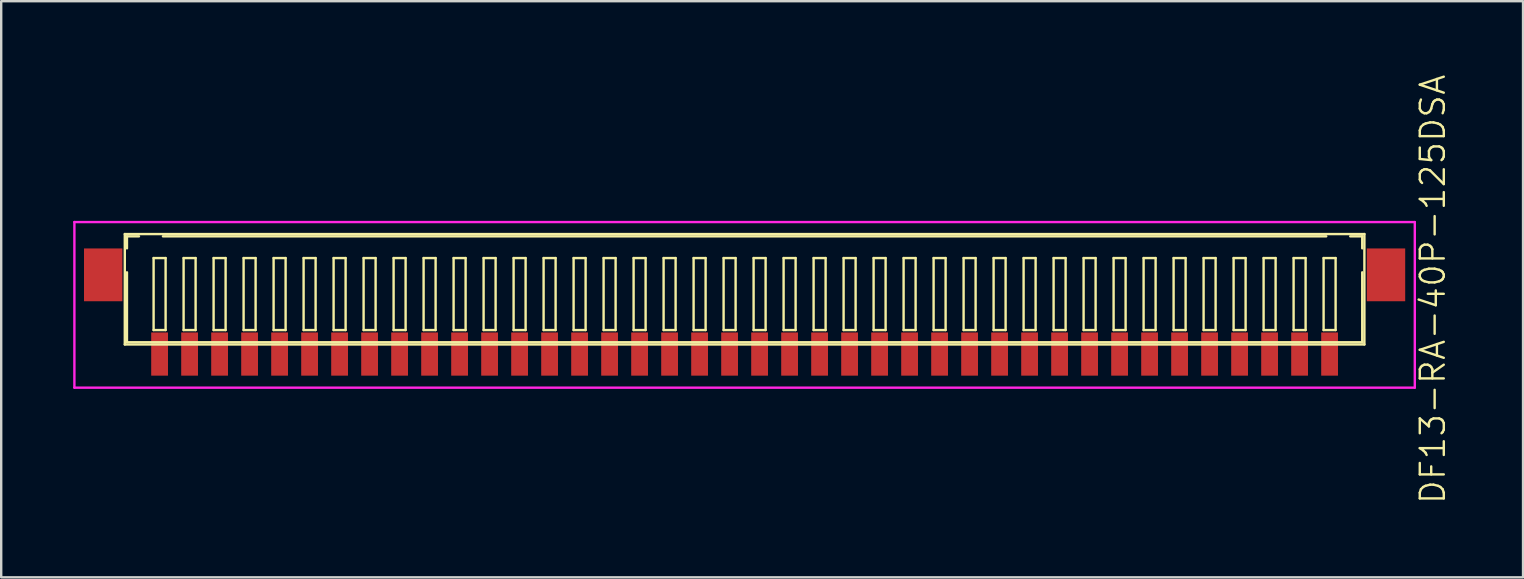
<source format=kicad_pcb>
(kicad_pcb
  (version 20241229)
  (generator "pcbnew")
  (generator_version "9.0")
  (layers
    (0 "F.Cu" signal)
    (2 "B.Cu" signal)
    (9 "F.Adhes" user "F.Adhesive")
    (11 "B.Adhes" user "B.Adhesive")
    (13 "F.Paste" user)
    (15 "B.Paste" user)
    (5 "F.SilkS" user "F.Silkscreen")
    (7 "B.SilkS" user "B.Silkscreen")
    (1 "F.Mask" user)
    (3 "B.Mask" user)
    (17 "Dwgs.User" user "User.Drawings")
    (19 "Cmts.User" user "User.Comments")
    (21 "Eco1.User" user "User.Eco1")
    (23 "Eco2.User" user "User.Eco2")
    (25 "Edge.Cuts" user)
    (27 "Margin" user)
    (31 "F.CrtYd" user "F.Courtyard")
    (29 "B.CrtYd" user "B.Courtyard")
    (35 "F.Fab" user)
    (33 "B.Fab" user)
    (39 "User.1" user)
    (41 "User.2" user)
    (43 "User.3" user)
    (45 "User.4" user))
  (footprint "DF13-RA-40P-125DSA"
    (layer "F.Cu")
    (at 27.975 11.702)
    (property "Reference" "DF13-RA-40P-125DSA" (at 28.675 -2.7 90) (layer "F.SilkS") (effects (font (size 1 1) (thickness 0.1))))
    (attr through_hole)
    (fp_line (start -25.825 -5) (end -25.825 -0.4) (stroke (width 0.1) (type solid)) (layer "F.SilkS"))
    (fp_line (start -25.825 -5) (end 25.825 -5) (stroke (width 0.1) (type solid)) (layer "F.SilkS"))
    (fp_line (start -25.825 -0.4) (end 25.825 -0.4) (stroke (width 0.1) (type solid)) (layer "F.SilkS"))
    (fp_line (start -25.735 -4.905) (end -25.735 -4.405) (stroke (width 0.1) (type solid)) (layer "F.SilkS"))
    (fp_line (start -25.735 -4.905) (end -25.235 -4.905) (stroke (width 0.1) (type solid)) (layer "F.SilkS"))
    (fp_line (start -25.735 -3.405) (end -25.735 -0.49) (stroke (width 0.1) (type solid)) (layer "F.SilkS"))
    (fp_line (start -25.735 -0.49) (end 25.735 -0.49) (stroke (width 0.1) (type solid)) (layer "F.SilkS"))
    (fp_line (start -24.625 -4) (end -24.625 -1) (stroke (width 0.1) (type solid)) (layer "F.SilkS"))
    (fp_line (start -24.625 -1) (end -24.125 -1) (stroke (width 0.1) (type solid)) (layer "F.SilkS"))
    (fp_line (start -24.235 -4.905) (end 24.235 -4.905) (stroke (width 0.1) (type solid)) (layer "F.SilkS"))
    (fp_line (start -24.125 -4) (end -24.625 -4) (stroke (width 0.1) (type solid)) (layer "F.SilkS"))
    (fp_line (start -24.125 -1) (end -24.125 -4) (stroke (width 0.1) (type solid)) (layer "F.SilkS"))
    (fp_line (start -23.375 -4) (end -23.375 -1) (stroke (width 0.1) (type solid)) (layer "F.SilkS"))
    (fp_line (start -23.375 -1) (end -22.875 -1) (stroke (width 0.1) (type solid)) (layer "F.SilkS"))
    (fp_line (start -22.875 -4) (end -23.375 -4) (stroke (width 0.1) (type solid)) (layer "F.SilkS"))
    (fp_line (start -22.875 -1) (end -22.875 -4) (stroke (width 0.1) (type solid)) (layer "F.SilkS"))
    (fp_line (start -22.125 -4) (end -22.125 -1) (stroke (width 0.1) (type solid)) (layer "F.SilkS"))
    (fp_line (start -22.125 -1) (end -21.625 -1) (stroke (width 0.1) (type solid)) (layer "F.SilkS"))
    (fp_line (start -21.625 -4) (end -22.125 -4) (stroke (width 0.1) (type solid)) (layer "F.SilkS"))
    (fp_line (start -21.625 -1) (end -21.625 -4) (stroke (width 0.1) (type solid)) (layer "F.SilkS"))
    (fp_line (start -20.875 -4) (end -20.875 -1) (stroke (width 0.1) (type solid)) (layer "F.SilkS"))
    (fp_line (start -20.875 -1) (end -20.375 -1) (stroke (width 0.1) (type solid)) (layer "F.SilkS"))
    (fp_line (start -20.375 -4) (end -20.875 -4) (stroke (width 0.1) (type solid)) (layer "F.SilkS"))
    (fp_line (start -20.375 -1) (end -20.375 -4) (stroke (width 0.1) (type solid)) (layer "F.SilkS"))
    (fp_line (start -19.625 -4) (end -19.625 -1) (stroke (width 0.1) (type solid)) (layer "F.SilkS"))
    (fp_line (start -19.625 -1) (end -19.125 -1) (stroke (width 0.1) (type solid)) (layer "F.SilkS"))
    (fp_line (start -19.125 -4) (end -19.625 -4) (stroke (width 0.1) (type solid)) (layer "F.SilkS"))
    (fp_line (start -19.125 -1) (end -19.125 -4) (stroke (width 0.1) (type solid)) (layer "F.SilkS"))
    (fp_line (start -18.375 -4) (end -18.375 -1) (stroke (width 0.1) (type solid)) (layer "F.SilkS"))
    (fp_line (start -18.375 -1) (end -17.875 -1) (stroke (width 0.1) (type solid)) (layer "F.SilkS"))
    (fp_line (start -17.875 -4) (end -18.375 -4) (stroke (width 0.1) (type solid)) (layer "F.SilkS"))
    (fp_line (start -17.875 -1) (end -17.875 -4) (stroke (width 0.1) (type solid)) (layer "F.SilkS"))
    (fp_line (start -17.125 -4) (end -17.125 -1) (stroke (width 0.1) (type solid)) (layer "F.SilkS"))
    (fp_line (start -17.125 -1) (end -16.625 -1) (stroke (width 0.1) (type solid)) (layer "F.SilkS"))
    (fp_line (start -16.625 -4) (end -17.125 -4) (stroke (width 0.1) (type solid)) (layer "F.SilkS"))
    (fp_line (start -16.625 -1) (end -16.625 -4) (stroke (width 0.1) (type solid)) (layer "F.SilkS"))
    (fp_line (start -15.875 -4) (end -15.875 -1) (stroke (width 0.1) (type solid)) (layer "F.SilkS"))
    (fp_line (start -15.875 -1) (end -15.375 -1) (stroke (width 0.1) (type solid)) (layer "F.SilkS"))
    (fp_line (start -15.375 -4) (end -15.875 -4) (stroke (width 0.1) (type solid)) (layer "F.SilkS"))
    (fp_line (start -15.375 -1) (end -15.375 -4) (stroke (width 0.1) (type solid)) (layer "F.SilkS"))
    (fp_line (start -14.625 -4) (end -14.625 -1) (stroke (width 0.1) (type solid)) (layer "F.SilkS"))
    (fp_line (start -14.625 -1) (end -14.125 -1) (stroke (width 0.1) (type solid)) (layer "F.SilkS"))
    (fp_line (start -14.125 -4) (end -14.625 -4) (stroke (width 0.1) (type solid)) (layer "F.SilkS"))
    (fp_line (start -14.125 -1) (end -14.125 -4) (stroke (width 0.1) (type solid)) (layer "F.SilkS"))
    (fp_line (start -13.375 -4) (end -13.375 -1) (stroke (width 0.1) (type solid)) (layer "F.SilkS"))
    (fp_line (start -13.375 -1) (end -12.875 -1) (stroke (width 0.1) (type solid)) (layer "F.SilkS"))
    (fp_line (start -12.875 -4) (end -13.375 -4) (stroke (width 0.1) (type solid)) (layer "F.SilkS"))
    (fp_line (start -12.875 -1) (end -12.875 -4) (stroke (width 0.1) (type solid)) (layer "F.SilkS"))
    (fp_line (start -12.125 -4) (end -12.125 -1) (stroke (width 0.1) (type solid)) (layer "F.SilkS"))
    (fp_line (start -12.125 -1) (end -11.625 -1) (stroke (width 0.1) (type solid)) (layer "F.SilkS"))
    (fp_line (start -11.625 -4) (end -12.125 -4) (stroke (width 0.1) (type solid)) (layer "F.SilkS"))
    (fp_line (start -11.625 -1) (end -11.625 -4) (stroke (width 0.1) (type solid)) (layer "F.SilkS"))
    (fp_line (start -10.875 -4) (end -10.875 -1) (stroke (width 0.1) (type solid)) (layer "F.SilkS"))
    (fp_line (start -10.875 -1) (end -10.375 -1) (stroke (width 0.1) (type solid)) (layer "F.SilkS"))
    (fp_line (start -10.375 -4) (end -10.875 -4) (stroke (width 0.1) (type solid)) (layer "F.SilkS"))
    (fp_line (start -10.375 -1) (end -10.375 -4) (stroke (width 0.1) (type solid)) (layer "F.SilkS"))
    (fp_line (start -9.625 -4) (end -9.625 -1) (stroke (width 0.1) (type solid)) (layer "F.SilkS"))
    (fp_line (start -9.625 -1) (end -9.125 -1) (stroke (width 0.1) (type solid)) (layer "F.SilkS"))
    (fp_line (start -9.125 -4) (end -9.625 -4) (stroke (width 0.1) (type solid)) (layer "F.SilkS"))
    (fp_line (start -9.125 -1) (end -9.125 -4) (stroke (width 0.1) (type solid)) (layer "F.SilkS"))
    (fp_line (start -8.375 -4) (end -8.375 -1) (stroke (width 0.1) (type solid)) (layer "F.SilkS"))
    (fp_line (start -8.375 -1) (end -7.875 -1) (stroke (width 0.1) (type solid)) (layer "F.SilkS"))
    (fp_line (start -7.875 -4) (end -8.375 -4) (stroke (width 0.1) (type solid)) (layer "F.SilkS"))
    (fp_line (start -7.875 -1) (end -7.875 -4) (stroke (width 0.1) (type solid)) (layer "F.SilkS"))
    (fp_line (start -7.125 -4) (end -7.125 -1) (stroke (width 0.1) (type solid)) (layer "F.SilkS"))
    (fp_line (start -7.125 -1) (end -6.625 -1) (stroke (width 0.1) (type solid)) (layer "F.SilkS"))
    (fp_line (start -6.625 -4) (end -7.125 -4) (stroke (width 0.1) (type solid)) (layer "F.SilkS"))
    (fp_line (start -6.625 -1) (end -6.625 -4) (stroke (width 0.1) (type solid)) (layer "F.SilkS"))
    (fp_line (start -5.875 -4) (end -5.875 -1) (stroke (width 0.1) (type solid)) (layer "F.SilkS"))
    (fp_line (start -5.875 -1) (end -5.375 -1) (stroke (width 0.1) (type solid)) (layer "F.SilkS"))
    (fp_line (start -5.375 -4) (end -5.875 -4) (stroke (width 0.1) (type solid)) (layer "F.SilkS"))
    (fp_line (start -5.375 -1) (end -5.375 -4) (stroke (width 0.1) (type solid)) (layer "F.SilkS"))
    (fp_line (start -4.625 -4) (end -4.625 -1) (stroke (width 0.1) (type solid)) (layer "F.SilkS"))
    (fp_line (start -4.625 -1) (end -4.125 -1) (stroke (width 0.1) (type solid)) (layer "F.SilkS"))
    (fp_line (start -4.125 -4) (end -4.625 -4) (stroke (width 0.1) (type solid)) (layer "F.SilkS"))
    (fp_line (start -4.125 -1) (end -4.125 -4) (stroke (width 0.1) (type solid)) (layer "F.SilkS"))
    (fp_line (start -3.375 -4) (end -3.375 -1) (stroke (width 0.1) (type solid)) (layer "F.SilkS"))
    (fp_line (start -3.375 -1) (end -2.875 -1) (stroke (width 0.1) (type solid)) (layer "F.SilkS"))
    (fp_line (start -2.875 -4) (end -3.375 -4) (stroke (width 0.1) (type solid)) (layer "F.SilkS"))
    (fp_line (start -2.875 -1) (end -2.875 -4) (stroke (width 0.1) (type solid)) (layer "F.SilkS"))
    (fp_line (start -2.125 -4) (end -2.125 -1) (stroke (width 0.1) (type solid)) (layer "F.SilkS"))
    (fp_line (start -2.125 -1) (end -1.625 -1) (stroke (width 0.1) (type solid)) (layer "F.SilkS"))
    (fp_line (start -1.625 -4) (end -2.125 -4) (stroke (width 0.1) (type solid)) (layer "F.SilkS"))
    (fp_line (start -1.625 -1) (end -1.625 -4) (stroke (width 0.1) (type solid)) (layer "F.SilkS"))
    (fp_line (start -0.875 -4) (end -0.875 -1) (stroke (width 0.1) (type solid)) (layer "F.SilkS"))
    (fp_line (start -0.875 -1) (end -0.375 -1) (stroke (width 0.1) (type solid)) (layer "F.SilkS"))
    (fp_line (start -0.375 -4) (end -0.875 -4) (stroke (width 0.1) (type solid)) (layer "F.SilkS"))
    (fp_line (start -0.375 -1) (end -0.375 -4) (stroke (width 0.1) (type solid)) (layer "F.SilkS"))
    (fp_line (start 0.375 -4) (end 0.375 -1) (stroke (width 0.1) (type solid)) (layer "F.SilkS"))
    (fp_line (start 0.375 -1) (end 0.875 -1) (stroke (width 0.1) (type solid)) (layer "F.SilkS"))
    (fp_line (start 0.875 -4) (end 0.375 -4) (stroke (width 0.1) (type solid)) (layer "F.SilkS"))
    (fp_line (start 0.875 -1) (end 0.875 -4) (stroke (width 0.1) (type solid)) (layer "F.SilkS"))
    (fp_line (start 1.625 -4) (end 1.625 -1) (stroke (width 0.1) (type solid)) (layer "F.SilkS"))
    (fp_line (start 1.625 -1) (end 2.125 -1) (stroke (width 0.1) (type solid)) (layer "F.SilkS"))
    (fp_line (start 2.125 -4) (end 1.625 -4) (stroke (width 0.1) (type solid)) (layer "F.SilkS"))
    (fp_line (start 2.125 -1) (end 2.125 -4) (stroke (width 0.1) (type solid)) (layer "F.SilkS"))
    (fp_line (start 2.875 -4) (end 2.875 -1) (stroke (width 0.1) (type solid)) (layer "F.SilkS"))
    (fp_line (start 2.875 -1) (end 3.375 -1) (stroke (width 0.1) (type solid)) (layer "F.SilkS"))
    (fp_line (start 3.375 -4) (end 2.875 -4) (stroke (width 0.1) (type solid)) (layer "F.SilkS"))
    (fp_line (start 3.375 -1) (end 3.375 -4) (stroke (width 0.1) (type solid)) (layer "F.SilkS"))
    (fp_line (start 4.125 -4) (end 4.125 -1) (stroke (width 0.1) (type solid)) (layer "F.SilkS"))
    (fp_line (start 4.125 -1) (end 4.625 -1) (stroke (width 0.1) (type solid)) (layer "F.SilkS"))
    (fp_line (start 4.625 -4) (end 4.125 -4) (stroke (width 0.1) (type solid)) (layer "F.SilkS"))
    (fp_line (start 4.625 -1) (end 4.625 -4) (stroke (width 0.1) (type solid)) (layer "F.SilkS"))
    (fp_line (start 5.375 -4) (end 5.375 -1) (stroke (width 0.1) (type solid)) (layer "F.SilkS"))
    (fp_line (start 5.375 -1) (end 5.875 -1) (stroke (width 0.1) (type solid)) (layer "F.SilkS"))
    (fp_line (start 5.875 -4) (end 5.375 -4) (stroke (width 0.1) (type solid)) (layer "F.SilkS"))
    (fp_line (start 5.875 -1) (end 5.875 -4) (stroke (width 0.1) (type solid)) (layer "F.SilkS"))
    (fp_line (start 6.625 -4) (end 6.625 -1) (stroke (width 0.1) (type solid)) (layer "F.SilkS"))
    (fp_line (start 6.625 -1) (end 7.125 -1) (stroke (width 0.1) (type solid)) (layer "F.SilkS"))
    (fp_line (start 7.125 -4) (end 6.625 -4) (stroke (width 0.1) (type solid)) (layer "F.SilkS"))
    (fp_line (start 7.125 -1) (end 7.125 -4) (stroke (width 0.1) (type solid)) (layer "F.SilkS"))
    (fp_line (start 7.875 -4) (end 7.875 -1) (stroke (width 0.1) (type solid)) (layer "F.SilkS"))
    (fp_line (start 7.875 -1) (end 8.375 -1) (stroke (width 0.1) (type solid)) (layer "F.SilkS"))
    (fp_line (start 8.375 -4) (end 7.875 -4) (stroke (width 0.1) (type solid)) (layer "F.SilkS"))
    (fp_line (start 8.375 -1) (end 8.375 -4) (stroke (width 0.1) (type solid)) (layer "F.SilkS"))
    (fp_line (start 9.125 -4) (end 9.125 -1) (stroke (width 0.1) (type solid)) (layer "F.SilkS"))
    (fp_line (start 9.125 -1) (end 9.625 -1) (stroke (width 0.1) (type solid)) (layer "F.SilkS"))
    (fp_line (start 9.625 -4) (end 9.125 -4) (stroke (width 0.1) (type solid)) (layer "F.SilkS"))
    (fp_line (start 9.625 -1) (end 9.625 -4) (stroke (width 0.1) (type solid)) (layer "F.SilkS"))
    (fp_line (start 10.375 -4) (end 10.375 -1) (stroke (width 0.1) (type solid)) (layer "F.SilkS"))
    (fp_line (start 10.375 -1) (end 10.875 -1) (stroke (width 0.1) (type solid)) (layer "F.SilkS"))
    (fp_line (start 10.875 -4) (end 10.375 -4) (stroke (width 0.1) (type solid)) (layer "F.SilkS"))
    (fp_line (start 10.875 -1) (end 10.875 -4) (stroke (width 0.1) (type solid)) (layer "F.SilkS"))
    (fp_line (start 11.625 -4) (end 11.625 -1) (stroke (width 0.1) (type solid)) (layer "F.SilkS"))
    (fp_line (start 11.625 -1) (end 12.125 -1) (stroke (width 0.1) (type solid)) (layer "F.SilkS"))
    (fp_line (start 12.125 -4) (end 11.625 -4) (stroke (width 0.1) (type solid)) (layer "F.SilkS"))
    (fp_line (start 12.125 -1) (end 12.125 -4) (stroke (width 0.1) (type solid)) (layer "F.SilkS"))
    (fp_line (start 12.875 -4) (end 12.875 -1) (stroke (width 0.1) (type solid)) (layer "F.SilkS"))
    (fp_line (start 12.875 -1) (end 13.375 -1) (stroke (width 0.1) (type solid)) (layer "F.SilkS"))
    (fp_line (start 13.375 -4) (end 12.875 -4) (stroke (width 0.1) (type solid)) (layer "F.SilkS"))
    (fp_line (start 13.375 -1) (end 13.375 -4) (stroke (width 0.1) (type solid)) (layer "F.SilkS"))
    (fp_line (start 14.125 -4) (end 14.125 -1) (stroke (width 0.1) (type solid)) (layer "F.SilkS"))
    (fp_line (start 14.125 -1) (end 14.625 -1) (stroke (width 0.1) (type solid)) (layer "F.SilkS"))
    (fp_line (start 14.625 -4) (end 14.125 -4) (stroke (width 0.1) (type solid)) (layer "F.SilkS"))
    (fp_line (start 14.625 -1) (end 14.625 -4) (stroke (width 0.1) (type solid)) (layer "F.SilkS"))
    (fp_line (start 15.375 -4) (end 15.375 -1) (stroke (width 0.1) (type solid)) (layer "F.SilkS"))
    (fp_line (start 15.375 -1) (end 15.875 -1) (stroke (width 0.1) (type solid)) (layer "F.SilkS"))
    (fp_line (start 15.875 -4) (end 15.375 -4) (stroke (width 0.1) (type solid)) (layer "F.SilkS"))
    (fp_line (start 15.875 -1) (end 15.875 -4) (stroke (width 0.1) (type solid)) (layer "F.SilkS"))
    (fp_line (start 16.625 -4) (end 16.625 -1) (stroke (width 0.1) (type solid)) (layer "F.SilkS"))
    (fp_line (start 16.625 -1) (end 17.125 -1) (stroke (width 0.1) (type solid)) (layer "F.SilkS"))
    (fp_line (start 17.125 -4) (end 16.625 -4) (stroke (width 0.1) (type solid)) (layer "F.SilkS"))
    (fp_line (start 17.125 -1) (end 17.125 -4) (stroke (width 0.1) (type solid)) (layer "F.SilkS"))
    (fp_line (start 17.875 -4) (end 17.875 -1) (stroke (width 0.1) (type solid)) (layer "F.SilkS"))
    (fp_line (start 17.875 -1) (end 18.375 -1) (stroke (width 0.1) (type solid)) (layer "F.SilkS"))
    (fp_line (start 18.375 -4) (end 17.875 -4) (stroke (width 0.1) (type solid)) (layer "F.SilkS"))
    (fp_line (start 18.375 -1) (end 18.375 -4) (stroke (width 0.1) (type solid)) (layer "F.SilkS"))
    (fp_line (start 19.125 -4) (end 19.125 -1) (stroke (width 0.1) (type solid)) (layer "F.SilkS"))
    (fp_line (start 19.125 -1) (end 19.625 -1) (stroke (width 0.1) (type solid)) (layer "F.SilkS"))
    (fp_line (start 19.625 -4) (end 19.125 -4) (stroke (width 0.1) (type solid)) (layer "F.SilkS"))
    (fp_line (start 19.625 -1) (end 19.625 -4) (stroke (width 0.1) (type solid)) (layer "F.SilkS"))
    (fp_line (start 20.375 -4) (end 20.375 -1) (stroke (width 0.1) (type solid)) (layer "F.SilkS"))
    (fp_line (start 20.375 -1) (end 20.875 -1) (stroke (width 0.1) (type solid)) (layer "F.SilkS"))
    (fp_line (start 20.875 -4) (end 20.375 -4) (stroke (width 0.1) (type solid)) (layer "F.SilkS"))
    (fp_line (start 20.875 -1) (end 20.875 -4) (stroke (width 0.1) (type solid)) (layer "F.SilkS"))
    (fp_line (start 21.625 -4) (end 21.625 -1) (stroke (width 0.1) (type solid)) (layer "F.SilkS"))
    (fp_line (start 21.625 -1) (end 22.125 -1) (stroke (width 0.1) (type solid)) (layer "F.SilkS"))
    (fp_line (start 22.125 -4) (end 21.625 -4) (stroke (width 0.1) (type solid)) (layer "F.SilkS"))
    (fp_line (start 22.125 -1) (end 22.125 -4) (stroke (width 0.1) (type solid)) (layer "F.SilkS"))
    (fp_line (start 22.875 -4) (end 22.875 -1) (stroke (width 0.1) (type solid)) (layer "F.SilkS"))
    (fp_line (start 22.875 -1) (end 23.375 -1) (stroke (width 0.1) (type solid)) (layer "F.SilkS"))
    (fp_line (start 23.375 -4) (end 22.875 -4) (stroke (width 0.1) (type solid)) (layer "F.SilkS"))
    (fp_line (start 23.375 -1) (end 23.375 -4) (stroke (width 0.1) (type solid)) (layer "F.SilkS"))
    (fp_line (start 24.125 -4) (end 24.125 -1) (stroke (width 0.1) (type solid)) (layer "F.SilkS"))
    (fp_line (start 24.125 -1) (end 24.625 -1) (stroke (width 0.1) (type solid)) (layer "F.SilkS"))
    (fp_line (start 24.625 -4) (end 24.125 -4) (stroke (width 0.1) (type solid)) (layer "F.SilkS"))
    (fp_line (start 24.625 -1) (end 24.625 -4) (stroke (width 0.1) (type solid)) (layer "F.SilkS"))
    (fp_line (start 25.235 -4.905) (end 25.735 -4.905) (stroke (width 0.1) (type solid)) (layer "F.SilkS"))
    (fp_line (start 25.735 -4.905) (end 25.735 -4.405) (stroke (width 0.1) (type solid)) (layer "F.SilkS"))
    (fp_line (start 25.735 -3.405) (end 25.735 -0.49) (stroke (width 0.1) (type solid)) (layer "F.SilkS"))
    (fp_line (start 25.825 -5) (end 25.825 -0.4) (stroke (width 0.1) (type solid)) (layer "F.SilkS"))
    (fp_line (start -27.925 -5.5) (end -27.925 1.4) (stroke (width 0.1) (type solid)) (layer "F.CrtYd"))
    (fp_line (start -27.925 1.4) (end 27.925 1.4) (stroke (width 0.1) (type solid)) (layer "F.CrtYd"))
    (fp_line (start 27.925 -5.5) (end -27.925 -5.5) (stroke (width 0.1) (type solid)) (layer "F.CrtYd"))
    (fp_line (start 27.925 1.4) (end 27.925 -5.5) (stroke (width 0.1) (type solid)) (layer "F.CrtYd"))
    (pad "1" smd rect (at -24.375 0) (size 0.7 1.8) (layers "F.Cu" "F.Mask" "F.Paste"))
    (pad "2" smd rect (at -23.125 0) (size 0.7 1.8) (layers "F.Cu" "F.Mask" "F.Paste"))
    (pad "3" smd rect (at -21.875 0) (size 0.7 1.8) (layers "F.Cu" "F.Mask" "F.Paste"))
    (pad "4" smd rect (at -20.625 0) (size 0.7 1.8) (layers "F.Cu" "F.Mask" "F.Paste"))
    (pad "5" smd rect (at -19.375 0) (size 0.7 1.8) (layers "F.Cu" "F.Mask" "F.Paste"))
    (pad "6" smd rect (at -18.125 0) (size 0.7 1.8) (layers "F.Cu" "F.Mask" "F.Paste"))
    (pad "7" smd rect (at -16.875 0) (size 0.7 1.8) (layers "F.Cu" "F.Mask" "F.Paste"))
    (pad "8" smd rect (at -15.625 0) (size 0.7 1.8) (layers "F.Cu" "F.Mask" "F.Paste"))
    (pad "9" smd rect (at -14.375 0) (size 0.7 1.8) (layers "F.Cu" "F.Mask" "F.Paste"))
    (pad "10" smd rect (at -13.125 0) (size 0.7 1.8) (layers "F.Cu" "F.Mask" "F.Paste"))
    (pad "11" smd rect (at -11.875 0) (size 0.7 1.8) (layers "F.Cu" "F.Mask" "F.Paste"))
    (pad "12" smd rect (at -10.625 0) (size 0.7 1.8) (layers "F.Cu" "F.Mask" "F.Paste"))
    (pad "13" smd rect (at -9.375 0) (size 0.7 1.8) (layers "F.Cu" "F.Mask" "F.Paste"))
    (pad "14" smd rect (at -8.125 0) (size 0.7 1.8) (layers "F.Cu" "F.Mask" "F.Paste"))
    (pad "15" smd rect (at -6.875 0) (size 0.7 1.8) (layers "F.Cu" "F.Mask" "F.Paste"))
    (pad "16" smd rect (at -5.625 0) (size 0.7 1.8) (layers "F.Cu" "F.Mask" "F.Paste"))
    (pad "17" smd rect (at -4.375 0) (size 0.7 1.8) (layers "F.Cu" "F.Mask" "F.Paste"))
    (pad "18" smd rect (at -3.125 0) (size 0.7 1.8) (layers "F.Cu" "F.Mask" "F.Paste"))
    (pad "19" smd rect (at -1.875 0) (size 0.7 1.8) (layers "F.Cu" "F.Mask" "F.Paste"))
    (pad "20" smd rect (at -0.625 0) (size 0.7 1.8) (layers "F.Cu" "F.Mask" "F.Paste"))
    (pad "21" smd rect (at 0.625 0) (size 0.7 1.8) (layers "F.Cu" "F.Mask" "F.Paste"))
    (pad "22" smd rect (at 1.875 0) (size 0.7 1.8) (layers "F.Cu" "F.Mask" "F.Paste"))
    (pad "23" smd rect (at 3.125 0) (size 0.7 1.8) (layers "F.Cu" "F.Mask" "F.Paste"))
    (pad "24" smd rect (at 4.375 0) (size 0.7 1.8) (layers "F.Cu" "F.Mask" "F.Paste"))
    (pad "25" smd rect (at 5.625 0) (size 0.7 1.8) (layers "F.Cu" "F.Mask" "F.Paste"))
    (pad "26" smd rect (at 6.875 0) (size 0.7 1.8) (layers "F.Cu" "F.Mask" "F.Paste"))
    (pad "27" smd rect (at 8.125 0) (size 0.7 1.8) (layers "F.Cu" "F.Mask" "F.Paste"))
    (pad "28" smd rect (at 9.375 0) (size 0.7 1.8) (layers "F.Cu" "F.Mask" "F.Paste"))
    (pad "29" smd rect (at 10.625 0) (size 0.7 1.8) (layers "F.Cu" "F.Mask" "F.Paste"))
    (pad "30" smd rect (at 11.875 0) (size 0.7 1.8) (layers "F.Cu" "F.Mask" "F.Paste"))
    (pad "31" smd rect (at 13.125 0) (size 0.7 1.8) (layers "F.Cu" "F.Mask" "F.Paste"))
    (pad "32" smd rect (at 14.375 0) (size 0.7 1.8) (layers "F.Cu" "F.Mask" "F.Paste"))
    (pad "33" smd rect (at 15.625 0) (size 0.7 1.8) (layers "F.Cu" "F.Mask" "F.Paste"))
    (pad "34" smd rect (at 16.875 0) (size 0.7 1.8) (layers "F.Cu" "F.Mask" "F.Paste"))
    (pad "35" smd rect (at 18.125 0) (size 0.7 1.8) (layers "F.Cu" "F.Mask" "F.Paste"))
    (pad "36" smd rect (at 19.375 0) (size 0.7 1.8) (layers "F.Cu" "F.Mask" "F.Paste"))
    (pad "37" smd rect (at 20.625 0) (size 0.7 1.8) (layers "F.Cu" "F.Mask" "F.Paste"))
    (pad "38" smd rect (at 21.875 0) (size 0.7 1.8) (layers "F.Cu" "F.Mask" "F.Paste"))
    (pad "39" smd rect (at 23.125 0) (size 0.7 1.8) (layers "F.Cu" "F.Mask" "F.Paste"))
    (pad "40" smd rect (at 24.375 0) (size 0.7 1.8) (layers "F.Cu" "F.Mask" "F.Paste"))
    (pad "S" smd rect (at -26.725 -3.3) (size 1.6 2.2) (layers "F.Cu" "F.Mask" "F.Paste"))
    (pad "S" smd rect (at 26.725 -3.3) (size 1.6 2.2) (layers "F.Cu" "F.Mask" "F.Paste")))
  (gr_rect
    (start -3 -3)
    (end 60.41 21.005)
    (stroke (width 0.1) (type default))
    (fill no)
    (layer "Edge.Cuts")))
</source>
